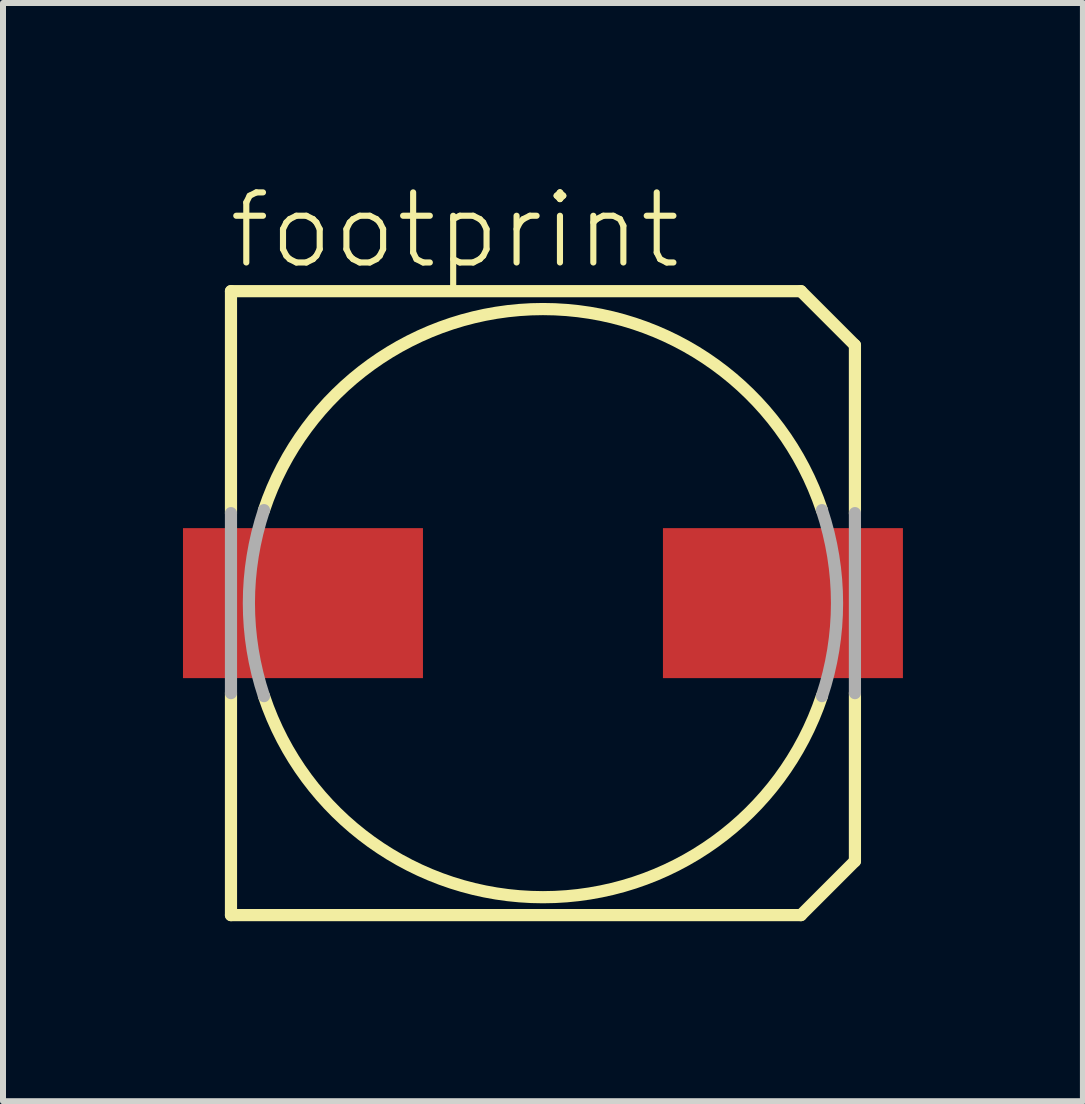
<source format=kicad_pcb>
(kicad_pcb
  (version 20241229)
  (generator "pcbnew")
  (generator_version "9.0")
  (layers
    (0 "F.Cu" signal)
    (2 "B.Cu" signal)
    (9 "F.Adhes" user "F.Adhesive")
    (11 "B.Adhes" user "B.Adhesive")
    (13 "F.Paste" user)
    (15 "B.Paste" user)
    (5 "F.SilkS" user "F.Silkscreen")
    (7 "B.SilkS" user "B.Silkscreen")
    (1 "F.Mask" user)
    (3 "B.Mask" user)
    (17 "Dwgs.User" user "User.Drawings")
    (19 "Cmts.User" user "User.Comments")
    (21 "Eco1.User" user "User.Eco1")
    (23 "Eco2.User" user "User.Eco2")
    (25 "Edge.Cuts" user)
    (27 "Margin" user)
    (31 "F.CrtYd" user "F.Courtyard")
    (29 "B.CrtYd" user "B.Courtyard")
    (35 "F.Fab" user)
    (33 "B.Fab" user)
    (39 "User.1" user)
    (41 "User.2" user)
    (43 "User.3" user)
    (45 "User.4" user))
  (footprint "footprint"
    (layer "F.Cu")
    (at 6 7.003)
    (property "Reference" "footprint" (at -5.29 -5.53 0) (layer "F.SilkS") (effects (font (size 1.168 1.168) (thickness 0.102)) (justify left bottom)))
    (fp_line (start -5.2 -5.2) (end 4.3 -5.2) (stroke (width 0.203) (type solid)) (layer "F.SilkS"))
    (fp_line (start -5.2 -1.5) (end -5.2 -5.2) (stroke (width 0.203) (type solid)) (layer "F.SilkS"))
    (fp_line (start -5.2 5.2) (end -5.2 1.5) (stroke (width 0.203) (type solid)) (layer "F.SilkS"))
    (fp_line (start 4.3 -5.2) (end 5.2 -4.3) (stroke (width 0.203) (type solid)) (layer "F.SilkS"))
    (fp_line (start 4.3 5.2) (end -5.2 5.2) (stroke (width 0.203) (type solid)) (layer "F.SilkS"))
    (fp_line (start 5.2 -4.3) (end 5.2 -1.5) (stroke (width 0.203) (type solid)) (layer "F.SilkS"))
    (fp_line (start 5.2 1.5) (end 5.2 4.3) (stroke (width 0.203) (type solid)) (layer "F.SilkS"))
    (fp_line (start 5.2 4.3) (end 4.3 5.2) (stroke (width 0.203) (type solid)) (layer "F.SilkS"))
    (fp_arc (start -4.65 -1.55) (mid 0 -4.90153) (end 4.65 -1.55) (stroke (width 0.2032) (type solid)) (layer "F.SilkS"))
    (fp_arc (start 4.65 1.55) (mid 0 4.90153) (end -4.65 1.55) (stroke (width 0.2032) (type solid)) (layer "F.SilkS"))
    (fp_line (start -5.2 1.5) (end -5.2 -1.5) (stroke (width 0.203) (type solid)) (layer "F.Fab"))
    (fp_line (start 5.2 -1.5) (end 5.2 1.5) (stroke (width 0.203) (type solid)) (layer "F.Fab"))
    (fp_arc (start -4.65 1.55) (mid -4.90153 0) (end -4.65 -1.55) (stroke (width 0.2032) (type solid)) (layer "F.Fab"))
    (fp_arc (start 4.65 -1.55) (mid 4.90153 0) (end 4.65 1.55) (stroke (width 0.2032) (type solid)) (layer "F.Fab"))
    (pad "+" smd rect (at 4 0) (size 4 2.5) (layers "F.Cu" "F.Mask" "F.Paste"))
    (pad "-" smd rect (at -4 0) (size 4 2.5) (layers "F.Cu" "F.Mask" "F.Paste")))
  (gr_rect
    (start -3 -3)
    (end 15 15.305)
    (stroke (width 0.1) (type default))
    (fill no)
    (layer "Edge.Cuts")))
</source>
